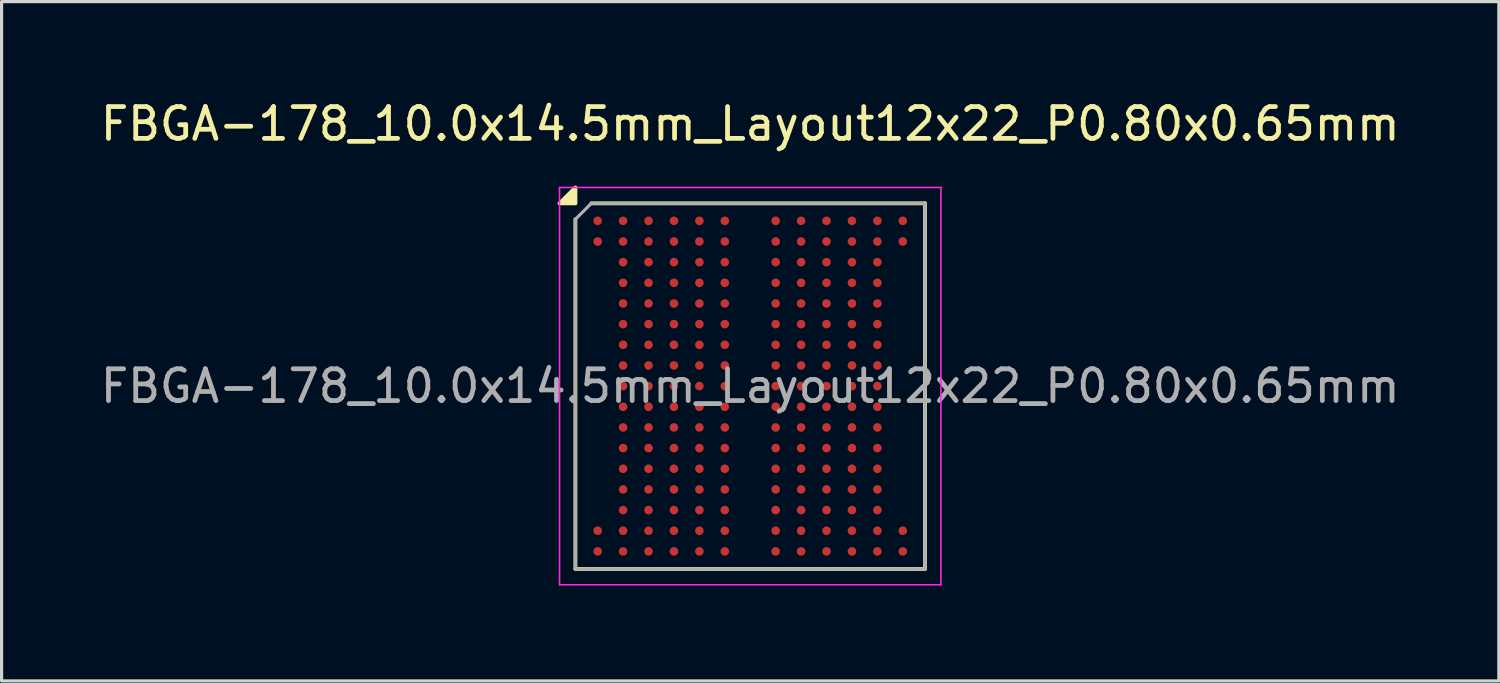
<source format=kicad_pcb>
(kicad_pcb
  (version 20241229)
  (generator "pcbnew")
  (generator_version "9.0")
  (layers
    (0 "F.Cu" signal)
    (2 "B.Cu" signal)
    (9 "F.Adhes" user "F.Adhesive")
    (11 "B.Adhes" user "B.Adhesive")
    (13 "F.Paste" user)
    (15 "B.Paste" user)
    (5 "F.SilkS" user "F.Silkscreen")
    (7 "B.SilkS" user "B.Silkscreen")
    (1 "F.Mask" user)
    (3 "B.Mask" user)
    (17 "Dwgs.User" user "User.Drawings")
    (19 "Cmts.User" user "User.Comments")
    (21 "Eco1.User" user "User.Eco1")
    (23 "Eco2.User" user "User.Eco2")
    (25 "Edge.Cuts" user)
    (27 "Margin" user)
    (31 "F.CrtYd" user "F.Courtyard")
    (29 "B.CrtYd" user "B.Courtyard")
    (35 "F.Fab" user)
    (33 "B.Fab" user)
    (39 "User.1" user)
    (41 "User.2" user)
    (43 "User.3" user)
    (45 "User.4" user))
  (footprint "FBGA-178_10.0x14.5mm_Layout12x22_P0.80x0.65mm"
    (layer "F.Cu")
    (at 20.554 9.098)
    (property "Reference" "FBGA-178_10.0x14.5mm_Layout12x22_P0.80x0.65mm" (at 0 -8.25 0) (layer "F.SilkS") (effects (font (size 1 1) (thickness 0.15))))
    (attr smd)
    (fp_line (start -5.5 5.75) (end -5.5 -5.25) (stroke (width 0.12) (type solid)) (layer "F.SilkS"))
    (fp_line (start -5 -5.75) (end 5.5 -5.75) (stroke (width 0.12) (type solid)) (layer "F.SilkS"))
    (fp_line (start 5.5 -5.75) (end 5.5 5.75) (stroke (width 0.12) (type solid)) (layer "F.SilkS"))
    (fp_line (start 5.5 5.75) (end -5.5 5.75) (stroke (width 0.12) (type solid)) (layer "F.SilkS"))
    (fp_poly (pts (xy -5.5 -5.75) (xy -6 -5.75) (xy -5.5 -6.25) (xy -5.5 -5.75)) (stroke (width 0.12) (type solid)) (fill yes) (layer "F.SilkS"))
    (fp_line (start -6 -6.25) (end -6 6.25) (stroke (width 0.05) (type solid)) (layer "F.CrtYd"))
    (fp_line (start -6 6.25) (end 6 6.25) (stroke (width 0.05) (type solid)) (layer "F.CrtYd"))
    (fp_line (start 6 -6.25) (end -6 -6.25) (stroke (width 0.05) (type solid)) (layer "F.CrtYd"))
    (fp_line (start 6 6.25) (end 6 -6.25) (stroke (width 0.05) (type solid)) (layer "F.CrtYd"))
    (fp_line (start -5.5 -5.25) (end -5 -5.75) (stroke (width 0.1) (type solid)) (layer "F.Fab"))
    (fp_line (start -5.5 5.75) (end -5.5 -5.25) (stroke (width 0.1) (type solid)) (layer "F.Fab"))
    (fp_line (start -5 -5.75) (end 5.5 -5.75) (stroke (width 0.1) (type solid)) (layer "F.Fab"))
    (fp_line (start 5.5 -5.75) (end 5.5 5.75) (stroke (width 0.1) (type solid)) (layer "F.Fab"))
    (fp_line (start 5.5 5.75) (end -5.5 5.75) (stroke (width 0.1) (type solid)) (layer "F.Fab"))
    (fp_text user "${REFERENCE}" (at 0 0 0) (layer "F.Fab") (effects (font (size 1 1) (thickness 0.15))))
    (pad "A1" smd circle (at -4.8 -5.2) (size 0.27 0.27) (property pad_prop_bga) (layers "F.Cu" "F.Mask" "F.Paste"))
    (pad "A2" smd circle (at -4 -5.2) (size 0.27 0.27) (property pad_prop_bga) (layers "F.Cu" "F.Mask" "F.Paste"))
    (pad "A3" smd circle (at -3.2 -5.2) (size 0.27 0.27) (property pad_prop_bga) (layers "F.Cu" "F.Mask" "F.Paste"))
    (pad "A4" smd circle (at -2.4 -5.2) (size 0.27 0.27) (property pad_prop_bga) (layers "F.Cu" "F.Mask" "F.Paste"))
    (pad "A5" smd circle (at -1.6 -5.2) (size 0.27 0.27) (property pad_prop_bga) (layers "F.Cu" "F.Mask" "F.Paste"))
    (pad "A6" smd circle (at -0.8 -5.2) (size 0.27 0.27) (property pad_prop_bga) (layers "F.Cu" "F.Mask" "F.Paste"))
    (pad "A8" smd circle (at 0.8 -5.2) (size 0.27 0.27) (property pad_prop_bga) (layers "F.Cu" "F.Mask" "F.Paste"))
    (pad "A9" smd circle (at 1.6 -5.2) (size 0.27 0.27) (property pad_prop_bga) (layers "F.Cu" "F.Mask" "F.Paste"))
    (pad "A10" smd circle (at 2.4 -5.2) (size 0.27 0.27) (property pad_prop_bga) (layers "F.Cu" "F.Mask" "F.Paste"))
    (pad "A11" smd circle (at 3.2 -5.2) (size 0.27 0.27) (property pad_prop_bga) (layers "F.Cu" "F.Mask" "F.Paste"))
    (pad "A12" smd circle (at 4 -5.2) (size 0.27 0.27) (property pad_prop_bga) (layers "F.Cu" "F.Mask" "F.Paste"))
    (pad "A13" smd circle (at 4.8 -5.2) (size 0.27 0.27) (property pad_prop_bga) (layers "F.Cu" "F.Mask" "F.Paste"))
    (pad "B1" smd circle (at -4.8 -4.55) (size 0.27 0.27) (property pad_prop_bga) (layers "F.Cu" "F.Mask" "F.Paste"))
    (pad "B2" smd circle (at -4 -4.55) (size 0.27 0.27) (property pad_prop_bga) (layers "F.Cu" "F.Mask" "F.Paste"))
    (pad "B3" smd circle (at -3.2 -4.55) (size 0.27 0.27) (property pad_prop_bga) (layers "F.Cu" "F.Mask" "F.Paste"))
    (pad "B4" smd circle (at -2.4 -4.55) (size 0.27 0.27) (property pad_prop_bga) (layers "F.Cu" "F.Mask" "F.Paste"))
    (pad "B5" smd circle (at -1.6 -4.55) (size 0.27 0.27) (property pad_prop_bga) (layers "F.Cu" "F.Mask" "F.Paste"))
    (pad "B6" smd circle (at -0.8 -4.55) (size 0.27 0.27) (property pad_prop_bga) (layers "F.Cu" "F.Mask" "F.Paste"))
    (pad "B8" smd circle (at 0.8 -4.55) (size 0.27 0.27) (property pad_prop_bga) (layers "F.Cu" "F.Mask" "F.Paste"))
    (pad "B9" smd circle (at 1.6 -4.55) (size 0.27 0.27) (property pad_prop_bga) (layers "F.Cu" "F.Mask" "F.Paste"))
    (pad "B10" smd circle (at 2.4 -4.55) (size 0.27 0.27) (property pad_prop_bga) (layers "F.Cu" "F.Mask" "F.Paste"))
    (pad "B11" smd circle (at 3.2 -4.55) (size 0.27 0.27) (property pad_prop_bga) (layers "F.Cu" "F.Mask" "F.Paste"))
    (pad "B12" smd circle (at 4 -4.55) (size 0.27 0.27) (property pad_prop_bga) (layers "F.Cu" "F.Mask" "F.Paste"))
    (pad "B13" smd circle (at 4.8 -4.55) (size 0.27 0.27) (property pad_prop_bga) (layers "F.Cu" "F.Mask" "F.Paste"))
    (pad "C2" smd circle (at -4 -3.9) (size 0.27 0.27) (property pad_prop_bga) (layers "F.Cu" "F.Mask" "F.Paste"))
    (pad "C3" smd circle (at -3.2 -3.9) (size 0.27 0.27) (property pad_prop_bga) (layers "F.Cu" "F.Mask" "F.Paste"))
    (pad "C4" smd circle (at -2.4 -3.9) (size 0.27 0.27) (property pad_prop_bga) (layers "F.Cu" "F.Mask" "F.Paste"))
    (pad "C5" smd circle (at -1.6 -3.9) (size 0.27 0.27) (property pad_prop_bga) (layers "F.Cu" "F.Mask" "F.Paste"))
    (pad "C6" smd circle (at -0.8 -3.9) (size 0.27 0.27) (property pad_prop_bga) (layers "F.Cu" "F.Mask" "F.Paste"))
    (pad "C8" smd circle (at 0.8 -3.9) (size 0.27 0.27) (property pad_prop_bga) (layers "F.Cu" "F.Mask" "F.Paste"))
    (pad "C9" smd circle (at 1.6 -3.9) (size 0.27 0.27) (property pad_prop_bga) (layers "F.Cu" "F.Mask" "F.Paste"))
    (pad "C10" smd circle (at 2.4 -3.9) (size 0.27 0.27) (property pad_prop_bga) (layers "F.Cu" "F.Mask" "F.Paste"))
    (pad "C11" smd circle (at 3.2 -3.9) (size 0.27 0.27) (property pad_prop_bga) (layers "F.Cu" "F.Mask" "F.Paste"))
    (pad "C12" smd circle (at 4 -3.9) (size 0.27 0.27) (property pad_prop_bga) (layers "F.Cu" "F.Mask" "F.Paste"))
    (pad "D2" smd circle (at -4 -3.25) (size 0.27 0.27) (property pad_prop_bga) (layers "F.Cu" "F.Mask" "F.Paste"))
    (pad "D3" smd circle (at -3.2 -3.25) (size 0.27 0.27) (property pad_prop_bga) (layers "F.Cu" "F.Mask" "F.Paste"))
    (pad "D4" smd circle (at -2.4 -3.25) (size 0.27 0.27) (property pad_prop_bga) (layers "F.Cu" "F.Mask" "F.Paste"))
    (pad "D5" smd circle (at -1.6 -3.25) (size 0.27 0.27) (property pad_prop_bga) (layers "F.Cu" "F.Mask" "F.Paste"))
    (pad "D6" smd circle (at -0.8 -3.25) (size 0.27 0.27) (property pad_prop_bga) (layers "F.Cu" "F.Mask" "F.Paste"))
    (pad "D8" smd circle (at 0.8 -3.25) (size 0.27 0.27) (property pad_prop_bga) (layers "F.Cu" "F.Mask" "F.Paste"))
    (pad "D9" smd circle (at 1.6 -3.25) (size 0.27 0.27) (property pad_prop_bga) (layers "F.Cu" "F.Mask" "F.Paste"))
    (pad "D10" smd circle (at 2.4 -3.25) (size 0.27 0.27) (property pad_prop_bga) (layers "F.Cu" "F.Mask" "F.Paste"))
    (pad "D11" smd circle (at 3.2 -3.25) (size 0.27 0.27) (property pad_prop_bga) (layers "F.Cu" "F.Mask" "F.Paste"))
    (pad "D12" smd circle (at 4 -3.25) (size 0.27 0.27) (property pad_prop_bga) (layers "F.Cu" "F.Mask" "F.Paste"))
    (pad "E2" smd circle (at -4 -2.6) (size 0.27 0.27) (property pad_prop_bga) (layers "F.Cu" "F.Mask" "F.Paste"))
    (pad "E3" smd circle (at -3.2 -2.6) (size 0.27 0.27) (property pad_prop_bga) (layers "F.Cu" "F.Mask" "F.Paste"))
    (pad "E4" smd circle (at -2.4 -2.6) (size 0.27 0.27) (property pad_prop_bga) (layers "F.Cu" "F.Mask" "F.Paste"))
    (pad "E5" smd circle (at -1.6 -2.6) (size 0.27 0.27) (property pad_prop_bga) (layers "F.Cu" "F.Mask" "F.Paste"))
    (pad "E6" smd circle (at -0.8 -2.6) (size 0.27 0.27) (property pad_prop_bga) (layers "F.Cu" "F.Mask" "F.Paste"))
    (pad "E8" smd circle (at 0.8 -2.6) (size 0.27 0.27) (property pad_prop_bga) (layers "F.Cu" "F.Mask" "F.Paste"))
    (pad "E9" smd circle (at 1.6 -2.6) (size 0.27 0.27) (property pad_prop_bga) (layers "F.Cu" "F.Mask" "F.Paste"))
    (pad "E10" smd circle (at 2.4 -2.6) (size 0.27 0.27) (property pad_prop_bga) (layers "F.Cu" "F.Mask" "F.Paste"))
    (pad "E11" smd circle (at 3.2 -2.6) (size 0.27 0.27) (property pad_prop_bga) (layers "F.Cu" "F.Mask" "F.Paste"))
    (pad "E12" smd circle (at 4 -2.6) (size 0.27 0.27) (property pad_prop_bga) (layers "F.Cu" "F.Mask" "F.Paste"))
    (pad "F2" smd circle (at -4 -1.95) (size 0.27 0.27) (property pad_prop_bga) (layers "F.Cu" "F.Mask" "F.Paste"))
    (pad "F3" smd circle (at -3.2 -1.95) (size 0.27 0.27) (property pad_prop_bga) (layers "F.Cu" "F.Mask" "F.Paste"))
    (pad "F4" smd circle (at -2.4 -1.95) (size 0.27 0.27) (property pad_prop_bga) (layers "F.Cu" "F.Mask" "F.Paste"))
    (pad "F5" smd circle (at -1.6 -1.95) (size 0.27 0.27) (property pad_prop_bga) (layers "F.Cu" "F.Mask" "F.Paste"))
    (pad "F6" smd circle (at -0.8 -1.95) (size 0.27 0.27) (property pad_prop_bga) (layers "F.Cu" "F.Mask" "F.Paste"))
    (pad "F8" smd circle (at 0.8 -1.95) (size 0.27 0.27) (property pad_prop_bga) (layers "F.Cu" "F.Mask" "F.Paste"))
    (pad "F9" smd circle (at 1.6 -1.95) (size 0.27 0.27) (property pad_prop_bga) (layers "F.Cu" "F.Mask" "F.Paste"))
    (pad "F10" smd circle (at 2.4 -1.95) (size 0.27 0.27) (property pad_prop_bga) (layers "F.Cu" "F.Mask" "F.Paste"))
    (pad "F11" smd circle (at 3.2 -1.95) (size 0.27 0.27) (property pad_prop_bga) (layers "F.Cu" "F.Mask" "F.Paste"))
    (pad "F12" smd circle (at 4 -1.95) (size 0.27 0.27) (property pad_prop_bga) (layers "F.Cu" "F.Mask" "F.Paste"))
    (pad "G2" smd circle (at -4 -1.3) (size 0.27 0.27) (property pad_prop_bga) (layers "F.Cu" "F.Mask" "F.Paste"))
    (pad "G3" smd circle (at -3.2 -1.3) (size 0.27 0.27) (property pad_prop_bga) (layers "F.Cu" "F.Mask" "F.Paste"))
    (pad "G4" smd circle (at -2.4 -1.3) (size 0.27 0.27) (property pad_prop_bga) (layers "F.Cu" "F.Mask" "F.Paste"))
    (pad "G5" smd circle (at -1.6 -1.3) (size 0.27 0.27) (property pad_prop_bga) (layers "F.Cu" "F.Mask" "F.Paste"))
    (pad "G6" smd circle (at -0.8 -1.3) (size 0.27 0.27) (property pad_prop_bga) (layers "F.Cu" "F.Mask" "F.Paste"))
    (pad "G8" smd circle (at 0.8 -1.3) (size 0.27 0.27) (property pad_prop_bga) (layers "F.Cu" "F.Mask" "F.Paste"))
    (pad "G9" smd circle (at 1.6 -1.3) (size 0.27 0.27) (property pad_prop_bga) (layers "F.Cu" "F.Mask" "F.Paste"))
    (pad "G10" smd circle (at 2.4 -1.3) (size 0.27 0.27) (property pad_prop_bga) (layers "F.Cu" "F.Mask" "F.Paste"))
    (pad "G11" smd circle (at 3.2 -1.3) (size 0.27 0.27) (property pad_prop_bga) (layers "F.Cu" "F.Mask" "F.Paste"))
    (pad "G12" smd circle (at 4 -1.3) (size 0.27 0.27) (property pad_prop_bga) (layers "F.Cu" "F.Mask" "F.Paste"))
    (pad "H2" smd circle (at -4 -0.65) (size 0.27 0.27) (property pad_prop_bga) (layers "F.Cu" "F.Mask" "F.Paste"))
    (pad "H3" smd circle (at -3.2 -0.65) (size 0.27 0.27) (property pad_prop_bga) (layers "F.Cu" "F.Mask" "F.Paste"))
    (pad "H4" smd circle (at -2.4 -0.65) (size 0.27 0.27) (property pad_prop_bga) (layers "F.Cu" "F.Mask" "F.Paste"))
    (pad "H5" smd circle (at -1.6 -0.65) (size 0.27 0.27) (property pad_prop_bga) (layers "F.Cu" "F.Mask" "F.Paste"))
    (pad "H6" smd circle (at -0.8 -0.65) (size 0.27 0.27) (property pad_prop_bga) (layers "F.Cu" "F.Mask" "F.Paste"))
    (pad "H8" smd circle (at 0.8 -0.65) (size 0.27 0.27) (property pad_prop_bga) (layers "F.Cu" "F.Mask" "F.Paste"))
    (pad "H9" smd circle (at 1.6 -0.65) (size 0.27 0.27) (property pad_prop_bga) (layers "F.Cu" "F.Mask" "F.Paste"))
    (pad "H10" smd circle (at 2.4 -0.65) (size 0.27 0.27) (property pad_prop_bga) (layers "F.Cu" "F.Mask" "F.Paste"))
    (pad "H11" smd circle (at 3.2 -0.65) (size 0.27 0.27) (property pad_prop_bga) (layers "F.Cu" "F.Mask" "F.Paste"))
    (pad "H12" smd circle (at 4 -0.65) (size 0.27 0.27) (property pad_prop_bga) (layers "F.Cu" "F.Mask" "F.Paste"))
    (pad "J2" smd circle (at -4 0) (size 0.27 0.27) (property pad_prop_bga) (layers "F.Cu" "F.Mask" "F.Paste"))
    (pad "J3" smd circle (at -3.2 0) (size 0.27 0.27) (property pad_prop_bga) (layers "F.Cu" "F.Mask" "F.Paste"))
    (pad "J4" smd circle (at -2.4 0) (size 0.27 0.27) (property pad_prop_bga) (layers "F.Cu" "F.Mask" "F.Paste"))
    (pad "J5" smd circle (at -1.6 0) (size 0.27 0.27) (property pad_prop_bga) (layers "F.Cu" "F.Mask" "F.Paste"))
    (pad "J6" smd circle (at -0.8 0) (size 0.27 0.27) (property pad_prop_bga) (layers "F.Cu" "F.Mask" "F.Paste"))
    (pad "J8" smd circle (at 0.8 0) (size 0.27 0.27) (property pad_prop_bga) (layers "F.Cu" "F.Mask" "F.Paste"))
    (pad "J9" smd circle (at 1.6 0) (size 0.27 0.27) (property pad_prop_bga) (layers "F.Cu" "F.Mask" "F.Paste"))
    (pad "J10" smd circle (at 2.4 0) (size 0.27 0.27) (property pad_prop_bga) (layers "F.Cu" "F.Mask" "F.Paste"))
    (pad "J11" smd circle (at 3.2 0) (size 0.27 0.27) (property pad_prop_bga) (layers "F.Cu" "F.Mask" "F.Paste"))
    (pad "J12" smd circle (at 4 0) (size 0.27 0.27) (property pad_prop_bga) (layers "F.Cu" "F.Mask" "F.Paste"))
    (pad "K2" smd circle (at -4 0.65) (size 0.27 0.27) (property pad_prop_bga) (layers "F.Cu" "F.Mask" "F.Paste"))
    (pad "K3" smd circle (at -3.2 0.65) (size 0.27 0.27) (property pad_prop_bga) (layers "F.Cu" "F.Mask" "F.Paste"))
    (pad "K4" smd circle (at -2.4 0.65) (size 0.27 0.27) (property pad_prop_bga) (layers "F.Cu" "F.Mask" "F.Paste"))
    (pad "K5" smd circle (at -1.6 0.65) (size 0.27 0.27) (property pad_prop_bga) (layers "F.Cu" "F.Mask" "F.Paste"))
    (pad "K6" smd circle (at -0.8 0.65) (size 0.27 0.27) (property pad_prop_bga) (layers "F.Cu" "F.Mask" "F.Paste"))
    (pad "K8" smd circle (at 0.8 0.65) (size 0.27 0.27) (property pad_prop_bga) (layers "F.Cu" "F.Mask" "F.Paste"))
    (pad "K9" smd circle (at 1.6 0.65) (size 0.27 0.27) (property pad_prop_bga) (layers "F.Cu" "F.Mask" "F.Paste"))
    (pad "K10" smd circle (at 2.4 0.65) (size 0.27 0.27) (property pad_prop_bga) (layers "F.Cu" "F.Mask" "F.Paste"))
    (pad "K11" smd circle (at 3.2 0.65) (size 0.27 0.27) (property pad_prop_bga) (layers "F.Cu" "F.Mask" "F.Paste"))
    (pad "K12" smd circle (at 4 0.65) (size 0.27 0.27) (property pad_prop_bga) (layers "F.Cu" "F.Mask" "F.Paste"))
    (pad "L2" smd circle (at -4 1.3) (size 0.27 0.27) (property pad_prop_bga) (layers "F.Cu" "F.Mask" "F.Paste"))
    (pad "L3" smd circle (at -3.2 1.3) (size 0.27 0.27) (property pad_prop_bga) (layers "F.Cu" "F.Mask" "F.Paste"))
    (pad "L4" smd circle (at -2.4 1.3) (size 0.27 0.27) (property pad_prop_bga) (layers "F.Cu" "F.Mask" "F.Paste"))
    (pad "L5" smd circle (at -1.6 1.3) (size 0.27 0.27) (property pad_prop_bga) (layers "F.Cu" "F.Mask" "F.Paste"))
    (pad "L6" smd circle (at -0.8 1.3) (size 0.27 0.27) (property pad_prop_bga) (layers "F.Cu" "F.Mask" "F.Paste"))
    (pad "L8" smd circle (at 0.8 1.3) (size 0.27 0.27) (property pad_prop_bga) (layers "F.Cu" "F.Mask" "F.Paste"))
    (pad "L9" smd circle (at 1.6 1.3) (size 0.27 0.27) (property pad_prop_bga) (layers "F.Cu" "F.Mask" "F.Paste"))
    (pad "L10" smd circle (at 2.4 1.3) (size 0.27 0.27) (property pad_prop_bga) (layers "F.Cu" "F.Mask" "F.Paste"))
    (pad "L11" smd circle (at 3.2 1.3) (size 0.27 0.27) (property pad_prop_bga) (layers "F.Cu" "F.Mask" "F.Paste"))
    (pad "L12" smd circle (at 4 1.3) (size 0.27 0.27) (property pad_prop_bga) (layers "F.Cu" "F.Mask" "F.Paste"))
    (pad "M2" smd circle (at -4 1.95) (size 0.27 0.27) (property pad_prop_bga) (layers "F.Cu" "F.Mask" "F.Paste"))
    (pad "M3" smd circle (at -3.2 1.95) (size 0.27 0.27) (property pad_prop_bga) (layers "F.Cu" "F.Mask" "F.Paste"))
    (pad "M4" smd circle (at -2.4 1.95) (size 0.27 0.27) (property pad_prop_bga) (layers "F.Cu" "F.Mask" "F.Paste"))
    (pad "M5" smd circle (at -1.6 1.95) (size 0.27 0.27) (property pad_prop_bga) (layers "F.Cu" "F.Mask" "F.Paste"))
    (pad "M6" smd circle (at -0.8 1.95) (size 0.27 0.27) (property pad_prop_bga) (layers "F.Cu" "F.Mask" "F.Paste"))
    (pad "M8" smd circle (at 0.8 1.95) (size 0.27 0.27) (property pad_prop_bga) (layers "F.Cu" "F.Mask" "F.Paste"))
    (pad "M9" smd circle (at 1.6 1.95) (size 0.27 0.27) (property pad_prop_bga) (layers "F.Cu" "F.Mask" "F.Paste"))
    (pad "M10" smd circle (at 2.4 1.95) (size 0.27 0.27) (property pad_prop_bga) (layers "F.Cu" "F.Mask" "F.Paste"))
    (pad "M11" smd circle (at 3.2 1.95) (size 0.27 0.27) (property pad_prop_bga) (layers "F.Cu" "F.Mask" "F.Paste"))
    (pad "M12" smd circle (at 4 1.95) (size 0.27 0.27) (property pad_prop_bga) (layers "F.Cu" "F.Mask" "F.Paste"))
    (pad "N2" smd circle (at -4 2.6) (size 0.27 0.27) (property pad_prop_bga) (layers "F.Cu" "F.Mask" "F.Paste"))
    (pad "N3" smd circle (at -3.2 2.6) (size 0.27 0.27) (property pad_prop_bga) (layers "F.Cu" "F.Mask" "F.Paste"))
    (pad "N4" smd circle (at -2.4 2.6) (size 0.27 0.27) (property pad_prop_bga) (layers "F.Cu" "F.Mask" "F.Paste"))
    (pad "N5" smd circle (at -1.6 2.6) (size 0.27 0.27) (property pad_prop_bga) (layers "F.Cu" "F.Mask" "F.Paste"))
    (pad "N6" smd circle (at -0.8 2.6) (size 0.27 0.27) (property pad_prop_bga) (layers "F.Cu" "F.Mask" "F.Paste"))
    (pad "N8" smd circle (at 0.8 2.6) (size 0.27 0.27) (property pad_prop_bga) (layers "F.Cu" "F.Mask" "F.Paste"))
    (pad "N9" smd circle (at 1.6 2.6) (size 0.27 0.27) (property pad_prop_bga) (layers "F.Cu" "F.Mask" "F.Paste"))
    (pad "N10" smd circle (at 2.4 2.6) (size 0.27 0.27) (property pad_prop_bga) (layers "F.Cu" "F.Mask" "F.Paste"))
    (pad "N11" smd circle (at 3.2 2.6) (size 0.27 0.27) (property pad_prop_bga) (layers "F.Cu" "F.Mask" "F.Paste"))
    (pad "N12" smd circle (at 4 2.6) (size 0.27 0.27) (property pad_prop_bga) (layers "F.Cu" "F.Mask" "F.Paste"))
    (pad "P2" smd circle (at -4 3.25) (size 0.27 0.27) (property pad_prop_bga) (layers "F.Cu" "F.Mask" "F.Paste"))
    (pad "P3" smd circle (at -3.2 3.25) (size 0.27 0.27) (property pad_prop_bga) (layers "F.Cu" "F.Mask" "F.Paste"))
    (pad "P4" smd circle (at -2.4 3.25) (size 0.27 0.27) (property pad_prop_bga) (layers "F.Cu" "F.Mask" "F.Paste"))
    (pad "P5" smd circle (at -1.6 3.25) (size 0.27 0.27) (property pad_prop_bga) (layers "F.Cu" "F.Mask" "F.Paste"))
    (pad "P6" smd circle (at -0.8 3.25) (size 0.27 0.27) (property pad_prop_bga) (layers "F.Cu" "F.Mask" "F.Paste"))
    (pad "P8" smd circle (at 0.8 3.25) (size 0.27 0.27) (property pad_prop_bga) (layers "F.Cu" "F.Mask" "F.Paste"))
    (pad "P9" smd circle (at 1.6 3.25) (size 0.27 0.27) (property pad_prop_bga) (layers "F.Cu" "F.Mask" "F.Paste"))
    (pad "P10" smd circle (at 2.4 3.25) (size 0.27 0.27) (property pad_prop_bga) (layers "F.Cu" "F.Mask" "F.Paste"))
    (pad "P11" smd circle (at 3.2 3.25) (size 0.27 0.27) (property pad_prop_bga) (layers "F.Cu" "F.Mask" "F.Paste"))
    (pad "P12" smd circle (at 4 3.25) (size 0.27 0.27) (property pad_prop_bga) (layers "F.Cu" "F.Mask" "F.Paste"))
    (pad "R2" smd circle (at -4 3.9) (size 0.27 0.27) (property pad_prop_bga) (layers "F.Cu" "F.Mask" "F.Paste"))
    (pad "R3" smd circle (at -3.2 3.9) (size 0.27 0.27) (property pad_prop_bga) (layers "F.Cu" "F.Mask" "F.Paste"))
    (pad "R4" smd circle (at -2.4 3.9) (size 0.27 0.27) (property pad_prop_bga) (layers "F.Cu" "F.Mask" "F.Paste"))
    (pad "R5" smd circle (at -1.6 3.9) (size 0.27 0.27) (property pad_prop_bga) (layers "F.Cu" "F.Mask" "F.Paste"))
    (pad "R6" smd circle (at -0.8 3.9) (size 0.27 0.27) (property pad_prop_bga) (layers "F.Cu" "F.Mask" "F.Paste"))
    (pad "R8" smd circle (at 0.8 3.9) (size 0.27 0.27) (property pad_prop_bga) (layers "F.Cu" "F.Mask" "F.Paste"))
    (pad "R9" smd circle (at 1.6 3.9) (size 0.27 0.27) (property pad_prop_bga) (layers "F.Cu" "F.Mask" "F.Paste"))
    (pad "R10" smd circle (at 2.4 3.9) (size 0.27 0.27) (property pad_prop_bga) (layers "F.Cu" "F.Mask" "F.Paste"))
    (pad "R11" smd circle (at 3.2 3.9) (size 0.27 0.27) (property pad_prop_bga) (layers "F.Cu" "F.Mask" "F.Paste"))
    (pad "R12" smd circle (at 4 3.9) (size 0.27 0.27) (property pad_prop_bga) (layers "F.Cu" "F.Mask" "F.Paste"))
    (pad "T1" smd circle (at -4.8 4.55) (size 0.27 0.27) (property pad_prop_bga) (layers "F.Cu" "F.Mask" "F.Paste"))
    (pad "T2" smd circle (at -4 4.55) (size 0.27 0.27) (property pad_prop_bga) (layers "F.Cu" "F.Mask" "F.Paste"))
    (pad "T3" smd circle (at -3.2 4.55) (size 0.27 0.27) (property pad_prop_bga) (layers "F.Cu" "F.Mask" "F.Paste"))
    (pad "T4" smd circle (at -2.4 4.55) (size 0.27 0.27) (property pad_prop_bga) (layers "F.Cu" "F.Mask" "F.Paste"))
    (pad "T5" smd circle (at -1.6 4.55) (size 0.27 0.27) (property pad_prop_bga) (layers "F.Cu" "F.Mask" "F.Paste"))
    (pad "T6" smd circle (at -0.8 4.55) (size 0.27 0.27) (property pad_prop_bga) (layers "F.Cu" "F.Mask" "F.Paste"))
    (pad "T8" smd circle (at 0.8 4.55) (size 0.27 0.27) (property pad_prop_bga) (layers "F.Cu" "F.Mask" "F.Paste"))
    (pad "T9" smd circle (at 1.6 4.55) (size 0.27 0.27) (property pad_prop_bga) (layers "F.Cu" "F.Mask" "F.Paste"))
    (pad "T10" smd circle (at 2.4 4.55) (size 0.27 0.27) (property pad_prop_bga) (layers "F.Cu" "F.Mask" "F.Paste"))
    (pad "T11" smd circle (at 3.2 4.55) (size 0.27 0.27) (property pad_prop_bga) (layers "F.Cu" "F.Mask" "F.Paste"))
    (pad "T12" smd circle (at 4 4.55) (size 0.27 0.27) (property pad_prop_bga) (layers "F.Cu" "F.Mask" "F.Paste"))
    (pad "T13" smd circle (at 4.8 4.55) (size 0.27 0.27) (property pad_prop_bga) (layers "F.Cu" "F.Mask" "F.Paste"))
    (pad "U1" smd circle (at -4.8 5.2) (size 0.27 0.27) (property pad_prop_bga) (layers "F.Cu" "F.Mask" "F.Paste"))
    (pad "U2" smd circle (at -4 5.2) (size 0.27 0.27) (property pad_prop_bga) (layers "F.Cu" "F.Mask" "F.Paste"))
    (pad "U3" smd circle (at -3.2 5.2) (size 0.27 0.27) (property pad_prop_bga) (layers "F.Cu" "F.Mask" "F.Paste"))
    (pad "U4" smd circle (at -2.4 5.2) (size 0.27 0.27) (property pad_prop_bga) (layers "F.Cu" "F.Mask" "F.Paste"))
    (pad "U5" smd circle (at -1.6 5.2) (size 0.27 0.27) (property pad_prop_bga) (layers "F.Cu" "F.Mask" "F.Paste"))
    (pad "U6" smd circle (at -0.8 5.2) (size 0.27 0.27) (property pad_prop_bga) (layers "F.Cu" "F.Mask" "F.Paste"))
    (pad "U8" smd circle (at 0.8 5.2) (size 0.27 0.27) (property pad_prop_bga) (layers "F.Cu" "F.Mask" "F.Paste"))
    (pad "U9" smd circle (at 1.6 5.2) (size 0.27 0.27) (property pad_prop_bga) (layers "F.Cu" "F.Mask" "F.Paste"))
    (pad "U10" smd circle (at 2.4 5.2) (size 0.27 0.27) (property pad_prop_bga) (layers "F.Cu" "F.Mask" "F.Paste"))
    (pad "U11" smd circle (at 3.2 5.2) (size 0.27 0.27) (property pad_prop_bga) (layers "F.Cu" "F.Mask" "F.Paste"))
    (pad "U12" smd circle (at 4 5.2) (size 0.27 0.27) (property pad_prop_bga) (layers "F.Cu" "F.Mask" "F.Paste"))
    (pad "U13" smd circle (at 4.8 5.2) (size 0.27 0.27) (property pad_prop_bga) (layers "F.Cu" "F.Mask" "F.Paste")))
  (gr_rect
    (start -3 -3)
    (end 44.107 18.373)
    (stroke (width 0.1) (type default))
    (fill no)
    (layer "Edge.Cuts")))
</source>
